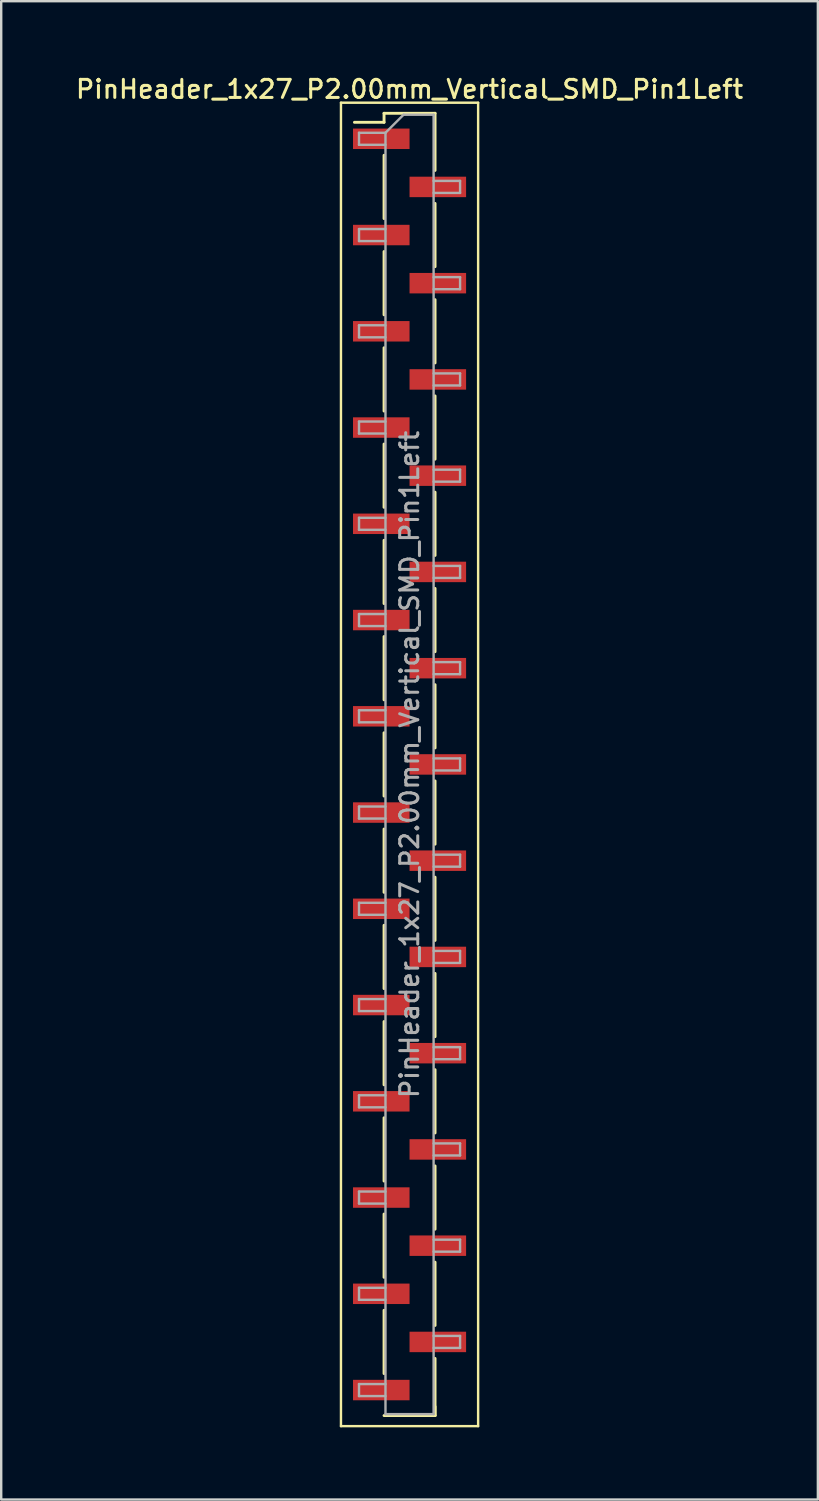
<source format=kicad_pcb>
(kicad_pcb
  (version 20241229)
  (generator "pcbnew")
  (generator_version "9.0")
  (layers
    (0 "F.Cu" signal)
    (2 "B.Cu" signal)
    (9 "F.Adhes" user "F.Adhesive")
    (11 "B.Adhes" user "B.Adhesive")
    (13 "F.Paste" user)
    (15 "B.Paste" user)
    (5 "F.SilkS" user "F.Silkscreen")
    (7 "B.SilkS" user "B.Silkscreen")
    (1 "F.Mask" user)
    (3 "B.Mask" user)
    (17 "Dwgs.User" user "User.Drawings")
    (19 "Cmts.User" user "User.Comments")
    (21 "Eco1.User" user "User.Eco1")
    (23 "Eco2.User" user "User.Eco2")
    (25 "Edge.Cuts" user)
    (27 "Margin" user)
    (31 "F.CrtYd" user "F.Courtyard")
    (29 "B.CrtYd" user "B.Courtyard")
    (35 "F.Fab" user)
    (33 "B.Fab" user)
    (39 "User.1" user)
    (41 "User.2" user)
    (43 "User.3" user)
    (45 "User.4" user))
  (footprint "PinHeader_1x27_P2.00mm_Vertical_SMD_Pin1Left"
    (layer "F.Cu")
    (at 13.97 28.718)
    (property "Reference" "PinHeader_1x27_P2.00mm_Vertical_SMD_Pin1Left" (at 0 -28.06 0) (layer "F.SilkS") (effects (font (size 0.75 0.75) (thickness 0.125))))
    (attr smd)
    (fp_line (start -2.85 -27.5) (end -2.85 27.5) (stroke (width 0.1) (type solid)) (layer "F.SilkS"))
    (fp_line (start -2.85 27.5) (end 2.85 27.5) (stroke (width 0.1) (type solid)) (layer "F.SilkS"))
    (fp_line (start -1.06 -27.06) (end -1.06 -26.685) (stroke (width 0.12) (type solid)) (layer "F.SilkS"))
    (fp_line (start -1.06 -27.06) (end 1.06 -27.06) (stroke (width 0.12) (type solid)) (layer "F.SilkS"))
    (fp_line (start -1.06 -26.685) (end -2.29 -26.685) (stroke (width 0.12) (type solid)) (layer "F.SilkS"))
    (fp_line (start -1.06 -25.315) (end -1.06 -22.685) (stroke (width 0.12) (type solid)) (layer "F.SilkS"))
    (fp_line (start -1.06 -21.315) (end -1.06 -18.685) (stroke (width 0.12) (type solid)) (layer "F.SilkS"))
    (fp_line (start -1.06 -17.315) (end -1.06 -14.685) (stroke (width 0.12) (type solid)) (layer "F.SilkS"))
    (fp_line (start -1.06 -13.315) (end -1.06 -10.685) (stroke (width 0.12) (type solid)) (layer "F.SilkS"))
    (fp_line (start -1.06 -9.315) (end -1.06 -6.685) (stroke (width 0.12) (type solid)) (layer "F.SilkS"))
    (fp_line (start -1.06 -5.315) (end -1.06 -2.685) (stroke (width 0.12) (type solid)) (layer "F.SilkS"))
    (fp_line (start -1.06 -1.315) (end -1.06 1.315) (stroke (width 0.12) (type solid)) (layer "F.SilkS"))
    (fp_line (start -1.06 2.685) (end -1.06 5.315) (stroke (width 0.12) (type solid)) (layer "F.SilkS"))
    (fp_line (start -1.06 6.685) (end -1.06 9.315) (stroke (width 0.12) (type solid)) (layer "F.SilkS"))
    (fp_line (start -1.06 10.685) (end -1.06 13.315) (stroke (width 0.12) (type solid)) (layer "F.SilkS"))
    (fp_line (start -1.06 14.685) (end -1.06 17.315) (stroke (width 0.12) (type solid)) (layer "F.SilkS"))
    (fp_line (start -1.06 18.685) (end -1.06 21.315) (stroke (width 0.12) (type solid)) (layer "F.SilkS"))
    (fp_line (start -1.06 22.685) (end -1.06 25.315) (stroke (width 0.12) (type solid)) (layer "F.SilkS"))
    (fp_line (start -1.06 27.06) (end 1.06 27.06) (stroke (width 0.12) (type solid)) (layer "F.SilkS"))
    (fp_line (start 1.06 -27.06) (end 1.06 -24.685) (stroke (width 0.12) (type solid)) (layer "F.SilkS"))
    (fp_line (start 1.06 -23.315) (end 1.06 -20.685) (stroke (width 0.12) (type solid)) (layer "F.SilkS"))
    (fp_line (start 1.06 -19.315) (end 1.06 -16.685) (stroke (width 0.12) (type solid)) (layer "F.SilkS"))
    (fp_line (start 1.06 -15.315) (end 1.06 -12.685) (stroke (width 0.12) (type solid)) (layer "F.SilkS"))
    (fp_line (start 1.06 -11.315) (end 1.06 -8.685) (stroke (width 0.12) (type solid)) (layer "F.SilkS"))
    (fp_line (start 1.06 -7.315) (end 1.06 -4.685) (stroke (width 0.12) (type solid)) (layer "F.SilkS"))
    (fp_line (start 1.06 -3.315) (end 1.06 -0.685) (stroke (width 0.12) (type solid)) (layer "F.SilkS"))
    (fp_line (start 1.06 0.685) (end 1.06 3.315) (stroke (width 0.12) (type solid)) (layer "F.SilkS"))
    (fp_line (start 1.06 4.685) (end 1.06 7.315) (stroke (width 0.12) (type solid)) (layer "F.SilkS"))
    (fp_line (start 1.06 8.685) (end 1.06 11.315) (stroke (width 0.12) (type solid)) (layer "F.SilkS"))
    (fp_line (start 1.06 12.685) (end 1.06 15.315) (stroke (width 0.12) (type solid)) (layer "F.SilkS"))
    (fp_line (start 1.06 16.685) (end 1.06 19.315) (stroke (width 0.12) (type solid)) (layer "F.SilkS"))
    (fp_line (start 1.06 20.685) (end 1.06 23.315) (stroke (width 0.12) (type solid)) (layer "F.SilkS"))
    (fp_line (start 1.06 24.685) (end 1.06 27.06) (stroke (width 0.12) (type solid)) (layer "F.SilkS"))
    (fp_line (start 1.06 26.685) (end 1.06 27.06) (stroke (width 0.12) (type solid)) (layer "F.SilkS"))
    (fp_line (start 2.85 -27.5) (end -2.85 -27.5) (stroke (width 0.1) (type solid)) (layer "F.SilkS"))
    (fp_line (start 2.85 27.5) (end 2.85 -27.5) (stroke (width 0.1) (type solid)) (layer "F.SilkS"))
    (fp_line (start -2.1 -26.25) (end -2.1 -25.75) (stroke (width 0.1) (type solid)) (layer "F.Fab"))
    (fp_line (start -2.1 -25.75) (end -1 -25.75) (stroke (width 0.1) (type solid)) (layer "F.Fab"))
    (fp_line (start -2.1 -22.25) (end -2.1 -21.75) (stroke (width 0.1) (type solid)) (layer "F.Fab"))
    (fp_line (start -2.1 -21.75) (end -1 -21.75) (stroke (width 0.1) (type solid)) (layer "F.Fab"))
    (fp_line (start -2.1 -18.25) (end -2.1 -17.75) (stroke (width 0.1) (type solid)) (layer "F.Fab"))
    (fp_line (start -2.1 -17.75) (end -1 -17.75) (stroke (width 0.1) (type solid)) (layer "F.Fab"))
    (fp_line (start -2.1 -14.25) (end -2.1 -13.75) (stroke (width 0.1) (type solid)) (layer "F.Fab"))
    (fp_line (start -2.1 -13.75) (end -1 -13.75) (stroke (width 0.1) (type solid)) (layer "F.Fab"))
    (fp_line (start -2.1 -10.25) (end -2.1 -9.75) (stroke (width 0.1) (type solid)) (layer "F.Fab"))
    (fp_line (start -2.1 -9.75) (end -1 -9.75) (stroke (width 0.1) (type solid)) (layer "F.Fab"))
    (fp_line (start -2.1 -6.25) (end -2.1 -5.75) (stroke (width 0.1) (type solid)) (layer "F.Fab"))
    (fp_line (start -2.1 -5.75) (end -1 -5.75) (stroke (width 0.1) (type solid)) (layer "F.Fab"))
    (fp_line (start -2.1 -2.25) (end -2.1 -1.75) (stroke (width 0.1) (type solid)) (layer "F.Fab"))
    (fp_line (start -2.1 -1.75) (end -1 -1.75) (stroke (width 0.1) (type solid)) (layer "F.Fab"))
    (fp_line (start -2.1 1.75) (end -2.1 2.25) (stroke (width 0.1) (type solid)) (layer "F.Fab"))
    (fp_line (start -2.1 2.25) (end -1 2.25) (stroke (width 0.1) (type solid)) (layer "F.Fab"))
    (fp_line (start -2.1 5.75) (end -2.1 6.25) (stroke (width 0.1) (type solid)) (layer "F.Fab"))
    (fp_line (start -2.1 6.25) (end -1 6.25) (stroke (width 0.1) (type solid)) (layer "F.Fab"))
    (fp_line (start -2.1 9.75) (end -2.1 10.25) (stroke (width 0.1) (type solid)) (layer "F.Fab"))
    (fp_line (start -2.1 10.25) (end -1 10.25) (stroke (width 0.1) (type solid)) (layer "F.Fab"))
    (fp_line (start -2.1 13.75) (end -2.1 14.25) (stroke (width 0.1) (type solid)) (layer "F.Fab"))
    (fp_line (start -2.1 14.25) (end -1 14.25) (stroke (width 0.1) (type solid)) (layer "F.Fab"))
    (fp_line (start -2.1 17.75) (end -2.1 18.25) (stroke (width 0.1) (type solid)) (layer "F.Fab"))
    (fp_line (start -2.1 18.25) (end -1 18.25) (stroke (width 0.1) (type solid)) (layer "F.Fab"))
    (fp_line (start -2.1 21.75) (end -2.1 22.25) (stroke (width 0.1) (type solid)) (layer "F.Fab"))
    (fp_line (start -2.1 22.25) (end -1 22.25) (stroke (width 0.1) (type solid)) (layer "F.Fab"))
    (fp_line (start -2.1 25.75) (end -2.1 26.25) (stroke (width 0.1) (type solid)) (layer "F.Fab"))
    (fp_line (start -2.1 26.25) (end -1 26.25) (stroke (width 0.1) (type solid)) (layer "F.Fab"))
    (fp_line (start -1 -26.25) (end -2.1 -26.25) (stroke (width 0.1) (type solid)) (layer "F.Fab"))
    (fp_line (start -1 -26.25) (end -0.25 -27) (stroke (width 0.1) (type solid)) (layer "F.Fab"))
    (fp_line (start -1 -22.25) (end -2.1 -22.25) (stroke (width 0.1) (type solid)) (layer "F.Fab"))
    (fp_line (start -1 -18.25) (end -2.1 -18.25) (stroke (width 0.1) (type solid)) (layer "F.Fab"))
    (fp_line (start -1 -14.25) (end -2.1 -14.25) (stroke (width 0.1) (type solid)) (layer "F.Fab"))
    (fp_line (start -1 -10.25) (end -2.1 -10.25) (stroke (width 0.1) (type solid)) (layer "F.Fab"))
    (fp_line (start -1 -6.25) (end -2.1 -6.25) (stroke (width 0.1) (type solid)) (layer "F.Fab"))
    (fp_line (start -1 -2.25) (end -2.1 -2.25) (stroke (width 0.1) (type solid)) (layer "F.Fab"))
    (fp_line (start -1 1.75) (end -2.1 1.75) (stroke (width 0.1) (type solid)) (layer "F.Fab"))
    (fp_line (start -1 5.75) (end -2.1 5.75) (stroke (width 0.1) (type solid)) (layer "F.Fab"))
    (fp_line (start -1 9.75) (end -2.1 9.75) (stroke (width 0.1) (type solid)) (layer "F.Fab"))
    (fp_line (start -1 13.75) (end -2.1 13.75) (stroke (width 0.1) (type solid)) (layer "F.Fab"))
    (fp_line (start -1 17.75) (end -2.1 17.75) (stroke (width 0.1) (type solid)) (layer "F.Fab"))
    (fp_line (start -1 21.75) (end -2.1 21.75) (stroke (width 0.1) (type solid)) (layer "F.Fab"))
    (fp_line (start -1 25.75) (end -2.1 25.75) (stroke (width 0.1) (type solid)) (layer "F.Fab"))
    (fp_line (start -1 27) (end -1 -26.25) (stroke (width 0.1) (type solid)) (layer "F.Fab"))
    (fp_line (start -0.25 -27) (end 1 -27) (stroke (width 0.1) (type solid)) (layer "F.Fab"))
    (fp_line (start 1 -27) (end 1 27) (stroke (width 0.1) (type solid)) (layer "F.Fab"))
    (fp_line (start 1 -24.25) (end 2.1 -24.25) (stroke (width 0.1) (type solid)) (layer "F.Fab"))
    (fp_line (start 1 -20.25) (end 2.1 -20.25) (stroke (width 0.1) (type solid)) (layer "F.Fab"))
    (fp_line (start 1 -16.25) (end 2.1 -16.25) (stroke (width 0.1) (type solid)) (layer "F.Fab"))
    (fp_line (start 1 -12.25) (end 2.1 -12.25) (stroke (width 0.1) (type solid)) (layer "F.Fab"))
    (fp_line (start 1 -8.25) (end 2.1 -8.25) (stroke (width 0.1) (type solid)) (layer "F.Fab"))
    (fp_line (start 1 -4.25) (end 2.1 -4.25) (stroke (width 0.1) (type solid)) (layer "F.Fab"))
    (fp_line (start 1 -0.25) (end 2.1 -0.25) (stroke (width 0.1) (type solid)) (layer "F.Fab"))
    (fp_line (start 1 3.75) (end 2.1 3.75) (stroke (width 0.1) (type solid)) (layer "F.Fab"))
    (fp_line (start 1 7.75) (end 2.1 7.75) (stroke (width 0.1) (type solid)) (layer "F.Fab"))
    (fp_line (start 1 11.75) (end 2.1 11.75) (stroke (width 0.1) (type solid)) (layer "F.Fab"))
    (fp_line (start 1 15.75) (end 2.1 15.75) (stroke (width 0.1) (type solid)) (layer "F.Fab"))
    (fp_line (start 1 19.75) (end 2.1 19.75) (stroke (width 0.1) (type solid)) (layer "F.Fab"))
    (fp_line (start 1 23.75) (end 2.1 23.75) (stroke (width 0.1) (type solid)) (layer "F.Fab"))
    (fp_line (start 1 27) (end -1 27) (stroke (width 0.1) (type solid)) (layer "F.Fab"))
    (fp_line (start 2.1 -24.25) (end 2.1 -23.75) (stroke (width 0.1) (type solid)) (layer "F.Fab"))
    (fp_line (start 2.1 -23.75) (end 1 -23.75) (stroke (width 0.1) (type solid)) (layer "F.Fab"))
    (fp_line (start 2.1 -20.25) (end 2.1 -19.75) (stroke (width 0.1) (type solid)) (layer "F.Fab"))
    (fp_line (start 2.1 -19.75) (end 1 -19.75) (stroke (width 0.1) (type solid)) (layer "F.Fab"))
    (fp_line (start 2.1 -16.25) (end 2.1 -15.75) (stroke (width 0.1) (type solid)) (layer "F.Fab"))
    (fp_line (start 2.1 -15.75) (end 1 -15.75) (stroke (width 0.1) (type solid)) (layer "F.Fab"))
    (fp_line (start 2.1 -12.25) (end 2.1 -11.75) (stroke (width 0.1) (type solid)) (layer "F.Fab"))
    (fp_line (start 2.1 -11.75) (end 1 -11.75) (stroke (width 0.1) (type solid)) (layer "F.Fab"))
    (fp_line (start 2.1 -8.25) (end 2.1 -7.75) (stroke (width 0.1) (type solid)) (layer "F.Fab"))
    (fp_line (start 2.1 -7.75) (end 1 -7.75) (stroke (width 0.1) (type solid)) (layer "F.Fab"))
    (fp_line (start 2.1 -4.25) (end 2.1 -3.75) (stroke (width 0.1) (type solid)) (layer "F.Fab"))
    (fp_line (start 2.1 -3.75) (end 1 -3.75) (stroke (width 0.1) (type solid)) (layer "F.Fab"))
    (fp_line (start 2.1 -0.25) (end 2.1 0.25) (stroke (width 0.1) (type solid)) (layer "F.Fab"))
    (fp_line (start 2.1 0.25) (end 1 0.25) (stroke (width 0.1) (type solid)) (layer "F.Fab"))
    (fp_line (start 2.1 3.75) (end 2.1 4.25) (stroke (width 0.1) (type solid)) (layer "F.Fab"))
    (fp_line (start 2.1 4.25) (end 1 4.25) (stroke (width 0.1) (type solid)) (layer "F.Fab"))
    (fp_line (start 2.1 7.75) (end 2.1 8.25) (stroke (width 0.1) (type solid)) (layer "F.Fab"))
    (fp_line (start 2.1 8.25) (end 1 8.25) (stroke (width 0.1) (type solid)) (layer "F.Fab"))
    (fp_line (start 2.1 11.75) (end 2.1 12.25) (stroke (width 0.1) (type solid)) (layer "F.Fab"))
    (fp_line (start 2.1 12.25) (end 1 12.25) (stroke (width 0.1) (type solid)) (layer "F.Fab"))
    (fp_line (start 2.1 15.75) (end 2.1 16.25) (stroke (width 0.1) (type solid)) (layer "F.Fab"))
    (fp_line (start 2.1 16.25) (end 1 16.25) (stroke (width 0.1) (type solid)) (layer "F.Fab"))
    (fp_line (start 2.1 19.75) (end 2.1 20.25) (stroke (width 0.1) (type solid)) (layer "F.Fab"))
    (fp_line (start 2.1 20.25) (end 1 20.25) (stroke (width 0.1) (type solid)) (layer "F.Fab"))
    (fp_line (start 2.1 23.75) (end 2.1 24.25) (stroke (width 0.1) (type solid)) (layer "F.Fab"))
    (fp_line (start 2.1 24.25) (end 1 24.25) (stroke (width 0.1) (type solid)) (layer "F.Fab"))
    (fp_text user "${REFERENCE}" (at 0 0 90) (layer "F.Fab") (effects (font (size 0.75 0.75) (thickness 0.125))))
    (pad "1" smd rect (at -1.175 -26) (size 2.35 0.85) (layers "F.Cu" "F.Mask" "F.Paste"))
    (pad "2" smd rect (at 1.175 -24) (size 2.35 0.85) (layers "F.Cu" "F.Mask" "F.Paste"))
    (pad "3" smd rect (at -1.175 -22) (size 2.35 0.85) (layers "F.Cu" "F.Mask" "F.Paste"))
    (pad "4" smd rect (at 1.175 -20) (size 2.35 0.85) (layers "F.Cu" "F.Mask" "F.Paste"))
    (pad "5" smd rect (at -1.175 -18) (size 2.35 0.85) (layers "F.Cu" "F.Mask" "F.Paste"))
    (pad "6" smd rect (at 1.175 -16) (size 2.35 0.85) (layers "F.Cu" "F.Mask" "F.Paste"))
    (pad "7" smd rect (at -1.175 -14) (size 2.35 0.85) (layers "F.Cu" "F.Mask" "F.Paste"))
    (pad "8" smd rect (at 1.175 -12) (size 2.35 0.85) (layers "F.Cu" "F.Mask" "F.Paste"))
    (pad "9" smd rect (at -1.175 -10) (size 2.35 0.85) (layers "F.Cu" "F.Mask" "F.Paste"))
    (pad "10" smd rect (at 1.175 -8) (size 2.35 0.85) (layers "F.Cu" "F.Mask" "F.Paste"))
    (pad "11" smd rect (at -1.175 -6) (size 2.35 0.85) (layers "F.Cu" "F.Mask" "F.Paste"))
    (pad "12" smd rect (at 1.175 -4) (size 2.35 0.85) (layers "F.Cu" "F.Mask" "F.Paste"))
    (pad "13" smd rect (at -1.175 -2) (size 2.35 0.85) (layers "F.Cu" "F.Mask" "F.Paste"))
    (pad "14" smd rect (at 1.175 0) (size 2.35 0.85) (layers "F.Cu" "F.Mask" "F.Paste"))
    (pad "15" smd rect (at -1.175 2) (size 2.35 0.85) (layers "F.Cu" "F.Mask" "F.Paste"))
    (pad "16" smd rect (at 1.175 4) (size 2.35 0.85) (layers "F.Cu" "F.Mask" "F.Paste"))
    (pad "17" smd rect (at -1.175 6) (size 2.35 0.85) (layers "F.Cu" "F.Mask" "F.Paste"))
    (pad "18" smd rect (at 1.175 8) (size 2.35 0.85) (layers "F.Cu" "F.Mask" "F.Paste"))
    (pad "19" smd rect (at -1.175 10) (size 2.35 0.85) (layers "F.Cu" "F.Mask" "F.Paste"))
    (pad "20" smd rect (at 1.175 12) (size 2.35 0.85) (layers "F.Cu" "F.Mask" "F.Paste"))
    (pad "21" smd rect (at -1.175 14) (size 2.35 0.85) (layers "F.Cu" "F.Mask" "F.Paste"))
    (pad "22" smd rect (at 1.175 16) (size 2.35 0.85) (layers "F.Cu" "F.Mask" "F.Paste"))
    (pad "23" smd rect (at -1.175 18) (size 2.35 0.85) (layers "F.Cu" "F.Mask" "F.Paste"))
    (pad "24" smd rect (at 1.175 20) (size 2.35 0.85) (layers "F.Cu" "F.Mask" "F.Paste"))
    (pad "25" smd rect (at -1.175 22) (size 2.35 0.85) (layers "F.Cu" "F.Mask" "F.Paste"))
    (pad "26" smd rect (at 1.175 24) (size 2.35 0.85) (layers "F.Cu" "F.Mask" "F.Paste"))
    (pad "27" smd rect (at -1.175 26) (size 2.35 0.85) (layers "F.Cu" "F.Mask" "F.Paste")))
  (gr_rect
    (start -3 -3)
    (end 30.939 59.268)
    (stroke (width 0.1) (type default))
    (fill no)
    (layer "Edge.Cuts")))
</source>
